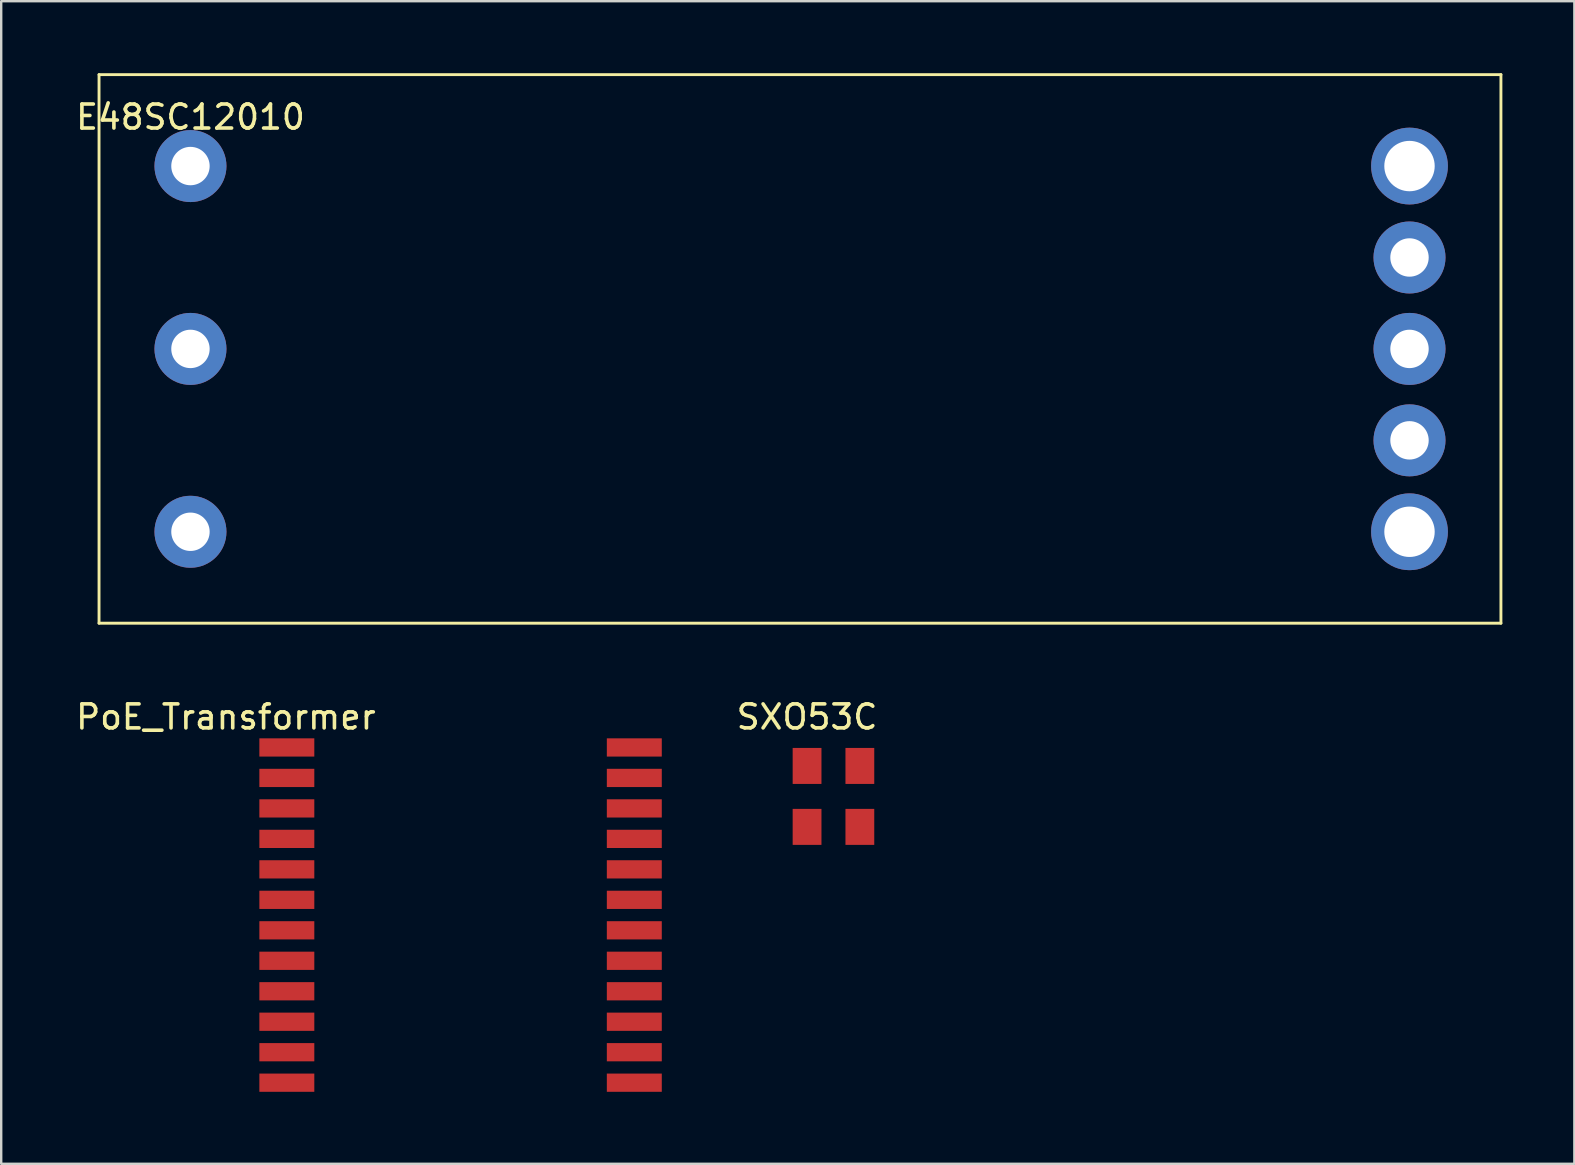
<source format=kicad_pcb>
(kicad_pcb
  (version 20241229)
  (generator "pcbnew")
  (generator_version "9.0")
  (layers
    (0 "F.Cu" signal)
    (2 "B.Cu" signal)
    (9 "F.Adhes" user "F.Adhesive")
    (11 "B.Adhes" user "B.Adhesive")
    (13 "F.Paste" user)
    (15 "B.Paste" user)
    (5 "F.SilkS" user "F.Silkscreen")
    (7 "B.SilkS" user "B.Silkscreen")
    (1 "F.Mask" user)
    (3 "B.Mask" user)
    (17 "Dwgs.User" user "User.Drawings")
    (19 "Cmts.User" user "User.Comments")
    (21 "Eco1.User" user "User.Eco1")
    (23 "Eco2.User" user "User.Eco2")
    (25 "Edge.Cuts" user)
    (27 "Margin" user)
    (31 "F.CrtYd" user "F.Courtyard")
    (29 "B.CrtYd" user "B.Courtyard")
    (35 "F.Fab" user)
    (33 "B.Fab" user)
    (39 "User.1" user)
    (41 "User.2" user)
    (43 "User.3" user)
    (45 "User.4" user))
  (footprint "E48SC12010"
    (layer "F.Cu")
    (at 4.887 3.87)
    (property "Reference" "E48SC12010" (at 0 -2.04 0) (layer "F.SilkS") (effects (font (size 1 1) (thickness 0.15))))
    (attr through_hole)
    (fp_line (start -3.81 -3.81) (end -3.81 19.05) (stroke (width 0.12) (type solid)) (layer "F.SilkS"))
    (fp_line (start -3.81 -3.81) (end 54.61 -3.81) (stroke (width 0.12) (type solid)) (layer "F.SilkS"))
    (fp_line (start -3.81 19.05) (end 54.61 19.05) (stroke (width 0.12) (type solid)) (layer "F.SilkS"))
    (fp_line (start 54.61 -3.81) (end 54.61 19.05) (stroke (width 0.12) (type solid)) (layer "F.SilkS"))
    (pad "1" thru_hole circle (at 0 0) (size 3 3) (drill 1.6) (layers "*.Cu" "*.Mask"))
    (pad "2" thru_hole circle (at 0 7.62) (size 3 3) (drill 1.6) (layers "*.Cu" "*.Mask"))
    (pad "3" thru_hole circle (at 0 15.24) (size 3 3) (drill 1.6) (layers "*.Cu" "*.Mask"))
    (pad "4" thru_hole circle (at 50.8 15.24) (size 3.2 3.2) (drill 2.1) (layers "*.Cu" "*.Mask"))
    (pad "5" thru_hole circle (at 50.8 11.43) (size 3 3) (drill 1.6) (layers "*.Cu" "*.Mask"))
    (pad "6" thru_hole circle (at 50.8 7.62) (size 3 3) (drill 1.6) (layers "*.Cu" "*.Mask"))
    (pad "7" thru_hole circle (at 50.8 3.81) (size 3 3) (drill 1.6) (layers "*.Cu" "*.Mask"))
    (pad "8" thru_hole circle (at 50.8 0) (size 3.2 3.2) (drill 2.1) (layers "*.Cu" "*.Mask")))
  (footprint "PoE_Transformer"
    (layer "F.Cu")
    (at 8.903 28.098)
    (property "Reference" "PoE_Transformer" (at -2.54 -1.27 0) (layer "F.SilkS") (effects (font (size 1 1) (thickness 0.15))))
    (attr through_hole)
    (pad "1" smd rect (at 0 0) (size 2.29 0.76) (layers "F.Cu" "F.Mask" "F.Paste"))
    (pad "2" smd rect (at 0 1.27) (size 2.29 0.76) (layers "F.Cu" "F.Mask" "F.Paste"))
    (pad "3" smd rect (at 0 2.54) (size 2.29 0.76) (layers "F.Cu" "F.Mask" "F.Paste"))
    (pad "4" smd rect (at 0 3.81) (size 2.29 0.76) (layers "F.Cu" "F.Mask" "F.Paste"))
    (pad "5" smd rect (at 0 5.08) (size 2.29 0.76) (layers "F.Cu" "F.Mask" "F.Paste"))
    (pad "6" smd rect (at 0 6.35) (size 2.29 0.76) (layers "F.Cu" "F.Mask" "F.Paste"))
    (pad "7" smd rect (at 0 7.62) (size 2.29 0.76) (layers "F.Cu" "F.Mask" "F.Paste"))
    (pad "8" smd rect (at 0 8.89) (size 2.29 0.76) (layers "F.Cu" "F.Mask" "F.Paste"))
    (pad "9" smd rect (at 0 10.16) (size 2.29 0.76) (layers "F.Cu" "F.Mask" "F.Paste"))
    (pad "10" smd rect (at 0 11.43) (size 2.29 0.76) (layers "F.Cu" "F.Mask" "F.Paste"))
    (pad "11" smd rect (at 0 12.7) (size 2.29 0.76) (layers "F.Cu" "F.Mask" "F.Paste"))
    (pad "12" smd rect (at 0 13.97) (size 2.29 0.76) (layers "F.Cu" "F.Mask" "F.Paste"))
    (pad "13" smd rect (at 14.48 13.97) (size 2.29 0.76) (layers "F.Cu" "F.Mask" "F.Paste"))
    (pad "14" smd rect (at 14.48 12.7) (size 2.29 0.76) (layers "F.Cu" "F.Mask" "F.Paste"))
    (pad "15" smd rect (at 14.48 11.43) (size 2.29 0.76) (layers "F.Cu" "F.Mask" "F.Paste"))
    (pad "16" smd rect (at 14.48 10.16) (size 2.29 0.76) (layers "F.Cu" "F.Mask" "F.Paste"))
    (pad "17" smd rect (at 14.48 8.89) (size 2.29 0.76) (layers "F.Cu" "F.Mask" "F.Paste"))
    (pad "18" smd rect (at 14.48 7.62) (size 2.29 0.76) (layers "F.Cu" "F.Mask" "F.Paste"))
    (pad "19" smd rect (at 14.48 6.35) (size 2.29 0.76) (layers "F.Cu" "F.Mask" "F.Paste"))
    (pad "20" smd rect (at 14.48 5.08) (size 2.29 0.76) (layers "F.Cu" "F.Mask" "F.Paste"))
    (pad "21" smd rect (at 14.48 3.81) (size 2.29 0.76) (layers "F.Cu" "F.Mask" "F.Paste"))
    (pad "22" smd rect (at 14.48 2.54) (size 2.29 0.76) (layers "F.Cu" "F.Mask" "F.Paste"))
    (pad "23" smd rect (at 14.48 1.27) (size 2.29 0.76) (layers "F.Cu" "F.Mask" "F.Paste"))
    (pad "24" smd rect (at 14.48 0) (size 2.29 0.76) (layers "F.Cu" "F.Mask" "F.Paste")))
  (footprint "SXO53C"
    (layer "F.Cu")
    (at 30.582 28.868)
    (property "Reference" "SXO53C" (at 0 -2.04 0) (layer "F.SilkS") (effects (font (size 1 1) (thickness 0.15))))
    (attr through_hole)
    (pad "1" smd rect (at 0 0) (size 1.2 1.5) (layers "F.Cu" "F.Mask" "F.Paste"))
    (pad "2" smd rect (at 0 2.54) (size 1.2 1.5) (layers "F.Cu" "F.Mask" "F.Paste"))
    (pad "3" smd rect (at 2.2 2.54) (size 1.2 1.5) (layers "F.Cu" "F.Mask" "F.Paste"))
    (pad "4" smd rect (at 2.2 0) (size 1.2 1.5) (layers "F.Cu" "F.Mask" "F.Paste")))
  (gr_rect
    (start -3 -3)
    (end 62.557 45.448)
    (stroke (width 0.1) (type default))
    (fill no)
    (layer "Edge.Cuts")))
</source>
